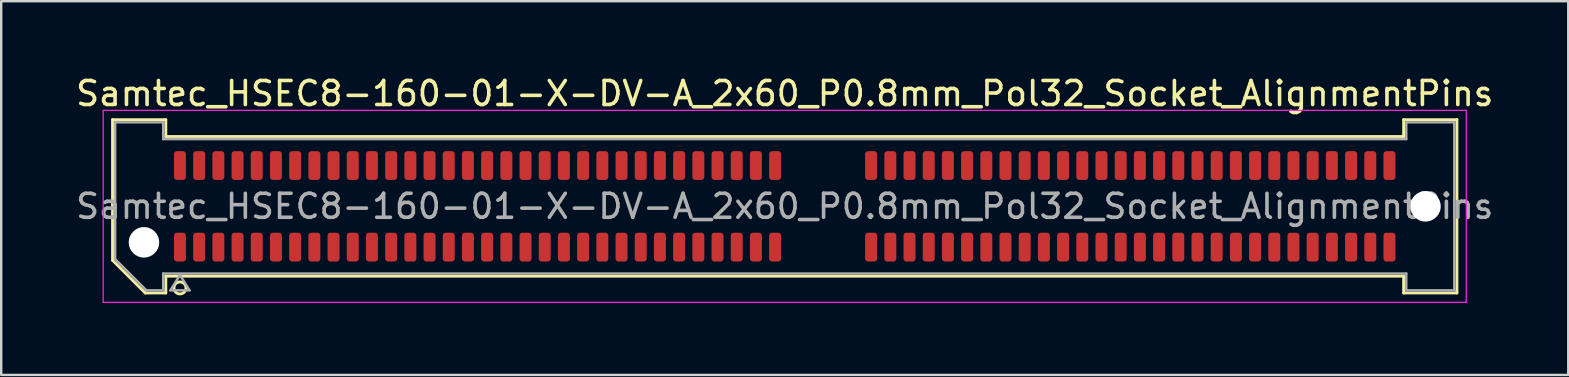
<source format=kicad_pcb>
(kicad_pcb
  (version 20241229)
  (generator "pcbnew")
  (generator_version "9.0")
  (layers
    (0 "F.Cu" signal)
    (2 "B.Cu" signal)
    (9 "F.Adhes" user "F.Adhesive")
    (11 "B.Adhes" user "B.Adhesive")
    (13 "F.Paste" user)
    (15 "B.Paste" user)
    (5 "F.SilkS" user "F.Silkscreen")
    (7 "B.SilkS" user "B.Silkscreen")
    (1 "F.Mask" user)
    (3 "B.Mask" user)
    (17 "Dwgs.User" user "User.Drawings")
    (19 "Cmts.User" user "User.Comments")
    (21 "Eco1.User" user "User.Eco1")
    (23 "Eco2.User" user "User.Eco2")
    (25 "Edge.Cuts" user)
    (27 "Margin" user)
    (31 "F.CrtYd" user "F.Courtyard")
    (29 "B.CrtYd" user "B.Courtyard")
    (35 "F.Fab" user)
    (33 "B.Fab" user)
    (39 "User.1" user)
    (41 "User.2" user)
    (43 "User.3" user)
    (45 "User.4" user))
  (footprint "Samtec_HSEC8-160-01-X-DV-A_2x60_P0.8mm_Pol32_Socket_AlignmentPins"
    (layer "F.Cu")
    (at 29.649 5.548)
    (property "Reference" "Samtec_HSEC8-160-01-X-DV-A_2x60_P0.8mm_Pol32_Socket_AlignmentPins" (at 0 -4.7 0) (layer "F.SilkS") (effects (font (size 1 1) (thickness 0.15))))
    (attr smd)
    (fp_line (start -28.01 -3.61) (end -25.79 -3.61) (stroke (width 0.12) (type solid)) (layer "F.SilkS"))
    (fp_line (start -28.01 2.246) (end -28.01 -3.61) (stroke (width 0.12) (type solid)) (layer "F.SilkS"))
    (fp_line (start -26.646 3.61) (end -28.01 2.246) (stroke (width 0.12) (type solid)) (layer "F.SilkS"))
    (fp_line (start -25.79 -3.61) (end -25.79 -2.91) (stroke (width 0.12) (type solid)) (layer "F.SilkS"))
    (fp_line (start -25.79 -2.91) (end 25.79 -2.91) (stroke (width 0.12) (type solid)) (layer "F.SilkS"))
    (fp_line (start -25.79 2.91) (end -25.79 3.61) (stroke (width 0.12) (type solid)) (layer "F.SilkS"))
    (fp_line (start -25.79 3.61) (end -26.646 3.61) (stroke (width 0.12) (type solid)) (layer "F.SilkS"))
    (fp_line (start 25.79 -3.61) (end 28.01 -3.61) (stroke (width 0.12) (type solid)) (layer "F.SilkS"))
    (fp_line (start 25.79 -2.91) (end 25.79 -3.61) (stroke (width 0.12) (type solid)) (layer "F.SilkS"))
    (fp_line (start 25.79 2.91) (end -25.79 2.91) (stroke (width 0.12) (type solid)) (layer "F.SilkS"))
    (fp_line (start 25.79 3.61) (end 25.79 2.91) (stroke (width 0.12) (type solid)) (layer "F.SilkS"))
    (fp_line (start 28.01 -3.61) (end 28.01 3.61) (stroke (width 0.12) (type solid)) (layer "F.SilkS"))
    (fp_line (start 28.01 3.61) (end 25.79 3.61) (stroke (width 0.12) (type solid)) (layer "F.SilkS"))
    (fp_circle (center -25.2 3.4) (end -24.95 3.4) (stroke (width 0.12) (type solid)) (fill no) (layer "F.SilkS"))
    (fp_line (start -28.4 -4) (end -28.4 4) (stroke (width 0.05) (type solid)) (layer "F.CrtYd"))
    (fp_line (start -28.4 4) (end 28.4 4) (stroke (width 0.05) (type solid)) (layer "F.CrtYd"))
    (fp_line (start 28.4 -4) (end -28.4 -4) (stroke (width 0.05) (type solid)) (layer "F.CrtYd"))
    (fp_line (start 28.4 4) (end 28.4 -4) (stroke (width 0.05) (type solid)) (layer "F.CrtYd"))
    (fp_line (start -27.9 -3.5) (end -25.9 -3.5) (stroke (width 0.1) (type solid)) (layer "F.Fab"))
    (fp_line (start -27.9 2.2) (end -27.9 -3.5) (stroke (width 0.1) (type solid)) (layer "F.Fab"))
    (fp_line (start -26.6 3.5) (end -27.9 2.2) (stroke (width 0.1) (type solid)) (layer "F.Fab"))
    (fp_line (start -25.9 -3.5) (end -25.9 -2.8) (stroke (width 0.1) (type solid)) (layer "F.Fab"))
    (fp_line (start -25.9 -2.8) (end 25.9 -2.8) (stroke (width 0.1) (type solid)) (layer "F.Fab"))
    (fp_line (start -25.9 2.8) (end -25.9 3.5) (stroke (width 0.1) (type solid)) (layer "F.Fab"))
    (fp_line (start -25.9 3.5) (end -26.6 3.5) (stroke (width 0.1) (type solid)) (layer "F.Fab"))
    (fp_line (start -25.6 3.5) (end -25.2 2.86) (stroke (width 0.1) (type solid)) (layer "F.Fab"))
    (fp_line (start -25.2 2.86) (end -24.8 3.5) (stroke (width 0.1) (type solid)) (layer "F.Fab"))
    (fp_line (start -24.8 3.5) (end -25.6 3.5) (stroke (width 0.1) (type solid)) (layer "F.Fab"))
    (fp_line (start 25.9 -3.5) (end 27.9 -3.5) (stroke (width 0.1) (type solid)) (layer "F.Fab"))
    (fp_line (start 25.9 -2.8) (end 25.9 -3.5) (stroke (width 0.1) (type solid)) (layer "F.Fab"))
    (fp_line (start 25.9 2.8) (end -25.9 2.8) (stroke (width 0.1) (type solid)) (layer "F.Fab"))
    (fp_line (start 25.9 3.5) (end 25.9 2.8) (stroke (width 0.1) (type solid)) (layer "F.Fab"))
    (fp_line (start 27.9 -3.5) (end 27.9 3.5) (stroke (width 0.1) (type solid)) (layer "F.Fab"))
    (fp_line (start 27.9 3.5) (end 25.9 3.5) (stroke (width 0.1) (type solid)) (layer "F.Fab"))
    (fp_text user "${REFERENCE}" (at 0 0 0) (layer "F.Fab") (effects (font (size 1 1) (thickness 0.15))))
    (pad "" np_thru_hole circle (at -26.7 1.5) (size 1.27 1.27) (drill 1.27) (layers "*.Cu" "*.Mask"))
    (pad "" np_thru_hole circle (at 26.7 0) (size 1.27 1.27) (drill 1.27) (layers "*.Cu" "*.Mask"))
    (pad "1" smd roundrect (at -25.2 1.7) (size 0.5 1.2) (layers "F.Cu" "F.Mask" "F.Paste") (roundrect_rratio 0.25))
    (pad "2" smd roundrect (at -25.2 -1.7) (size 0.5 1.2) (layers "F.Cu" "F.Mask" "F.Paste") (roundrect_rratio 0.25))
    (pad "3" smd roundrect (at -24.4 1.7) (size 0.5 1.2) (layers "F.Cu" "F.Mask" "F.Paste") (roundrect_rratio 0.25))
    (pad "4" smd roundrect (at -24.4 -1.7) (size 0.5 1.2) (layers "F.Cu" "F.Mask" "F.Paste") (roundrect_rratio 0.25))
    (pad "5" smd roundrect (at -23.6 1.7) (size 0.5 1.2) (layers "F.Cu" "F.Mask" "F.Paste") (roundrect_rratio 0.25))
    (pad "6" smd roundrect (at -23.6 -1.7) (size 0.5 1.2) (layers "F.Cu" "F.Mask" "F.Paste") (roundrect_rratio 0.25))
    (pad "7" smd roundrect (at -22.8 1.7) (size 0.5 1.2) (layers "F.Cu" "F.Mask" "F.Paste") (roundrect_rratio 0.25))
    (pad "8" smd roundrect (at -22.8 -1.7) (size 0.5 1.2) (layers "F.Cu" "F.Mask" "F.Paste") (roundrect_rratio 0.25))
    (pad "9" smd roundrect (at -22 1.7) (size 0.5 1.2) (layers "F.Cu" "F.Mask" "F.Paste") (roundrect_rratio 0.25))
    (pad "10" smd roundrect (at -22 -1.7) (size 0.5 1.2) (layers "F.Cu" "F.Mask" "F.Paste") (roundrect_rratio 0.25))
    (pad "11" smd roundrect (at -21.2 1.7) (size 0.5 1.2) (layers "F.Cu" "F.Mask" "F.Paste") (roundrect_rratio 0.25))
    (pad "12" smd roundrect (at -21.2 -1.7) (size 0.5 1.2) (layers "F.Cu" "F.Mask" "F.Paste") (roundrect_rratio 0.25))
    (pad "13" smd roundrect (at -20.4 1.7) (size 0.5 1.2) (layers "F.Cu" "F.Mask" "F.Paste") (roundrect_rratio 0.25))
    (pad "14" smd roundrect (at -20.4 -1.7) (size 0.5 1.2) (layers "F.Cu" "F.Mask" "F.Paste") (roundrect_rratio 0.25))
    (pad "15" smd roundrect (at -19.6 1.7) (size 0.5 1.2) (layers "F.Cu" "F.Mask" "F.Paste") (roundrect_rratio 0.25))
    (pad "16" smd roundrect (at -19.6 -1.7) (size 0.5 1.2) (layers "F.Cu" "F.Mask" "F.Paste") (roundrect_rratio 0.25))
    (pad "17" smd roundrect (at -18.8 1.7) (size 0.5 1.2) (layers "F.Cu" "F.Mask" "F.Paste") (roundrect_rratio 0.25))
    (pad "18" smd roundrect (at -18.8 -1.7) (size 0.5 1.2) (layers "F.Cu" "F.Mask" "F.Paste") (roundrect_rratio 0.25))
    (pad "19" smd roundrect (at -18 1.7) (size 0.5 1.2) (layers "F.Cu" "F.Mask" "F.Paste") (roundrect_rratio 0.25))
    (pad "20" smd roundrect (at -18 -1.7) (size 0.5 1.2) (layers "F.Cu" "F.Mask" "F.Paste") (roundrect_rratio 0.25))
    (pad "21" smd roundrect (at -17.2 1.7) (size 0.5 1.2) (layers "F.Cu" "F.Mask" "F.Paste") (roundrect_rratio 0.25))
    (pad "22" smd roundrect (at -17.2 -1.7) (size 0.5 1.2) (layers "F.Cu" "F.Mask" "F.Paste") (roundrect_rratio 0.25))
    (pad "23" smd roundrect (at -16.4 1.7) (size 0.5 1.2) (layers "F.Cu" "F.Mask" "F.Paste") (roundrect_rratio 0.25))
    (pad "24" smd roundrect (at -16.4 -1.7) (size 0.5 1.2) (layers "F.Cu" "F.Mask" "F.Paste") (roundrect_rratio 0.25))
    (pad "25" smd roundrect (at -15.6 1.7) (size 0.5 1.2) (layers "F.Cu" "F.Mask" "F.Paste") (roundrect_rratio 0.25))
    (pad "26" smd roundrect (at -15.6 -1.7) (size 0.5 1.2) (layers "F.Cu" "F.Mask" "F.Paste") (roundrect_rratio 0.25))
    (pad "27" smd roundrect (at -14.8 1.7) (size 0.5 1.2) (layers "F.Cu" "F.Mask" "F.Paste") (roundrect_rratio 0.25))
    (pad "28" smd roundrect (at -14.8 -1.7) (size 0.5 1.2) (layers "F.Cu" "F.Mask" "F.Paste") (roundrect_rratio 0.25))
    (pad "29" smd roundrect (at -14 1.7) (size 0.5 1.2) (layers "F.Cu" "F.Mask" "F.Paste") (roundrect_rratio 0.25))
    (pad "30" smd roundrect (at -14 -1.7) (size 0.5 1.2) (layers "F.Cu" "F.Mask" "F.Paste") (roundrect_rratio 0.25))
    (pad "31" smd roundrect (at -13.2 1.7) (size 0.5 1.2) (layers "F.Cu" "F.Mask" "F.Paste") (roundrect_rratio 0.25))
    (pad "32" smd roundrect (at -13.2 -1.7) (size 0.5 1.2) (layers "F.Cu" "F.Mask" "F.Paste") (roundrect_rratio 0.25))
    (pad "33" smd roundrect (at -12.4 1.7) (size 0.5 1.2) (layers "F.Cu" "F.Mask" "F.Paste") (roundrect_rratio 0.25))
    (pad "34" smd roundrect (at -12.4 -1.7) (size 0.5 1.2) (layers "F.Cu" "F.Mask" "F.Paste") (roundrect_rratio 0.25))
    (pad "35" smd roundrect (at -11.6 1.7) (size 0.5 1.2) (layers "F.Cu" "F.Mask" "F.Paste") (roundrect_rratio 0.25))
    (pad "36" smd roundrect (at -11.6 -1.7) (size 0.5 1.2) (layers "F.Cu" "F.Mask" "F.Paste") (roundrect_rratio 0.25))
    (pad "37" smd roundrect (at -10.8 1.7) (size 0.5 1.2) (layers "F.Cu" "F.Mask" "F.Paste") (roundrect_rratio 0.25))
    (pad "38" smd roundrect (at -10.8 -1.7) (size 0.5 1.2) (layers "F.Cu" "F.Mask" "F.Paste") (roundrect_rratio 0.25))
    (pad "39" smd roundrect (at -10 1.7) (size 0.5 1.2) (layers "F.Cu" "F.Mask" "F.Paste") (roundrect_rratio 0.25))
    (pad "40" smd roundrect (at -10 -1.7) (size 0.5 1.2) (layers "F.Cu" "F.Mask" "F.Paste") (roundrect_rratio 0.25))
    (pad "41" smd roundrect (at -9.2 1.7) (size 0.5 1.2) (layers "F.Cu" "F.Mask" "F.Paste") (roundrect_rratio 0.25))
    (pad "42" smd roundrect (at -9.2 -1.7) (size 0.5 1.2) (layers "F.Cu" "F.Mask" "F.Paste") (roundrect_rratio 0.25))
    (pad "43" smd roundrect (at -8.4 1.7) (size 0.5 1.2) (layers "F.Cu" "F.Mask" "F.Paste") (roundrect_rratio 0.25))
    (pad "44" smd roundrect (at -8.4 -1.7) (size 0.5 1.2) (layers "F.Cu" "F.Mask" "F.Paste") (roundrect_rratio 0.25))
    (pad "45" smd roundrect (at -7.6 1.7) (size 0.5 1.2) (layers "F.Cu" "F.Mask" "F.Paste") (roundrect_rratio 0.25))
    (pad "46" smd roundrect (at -7.6 -1.7) (size 0.5 1.2) (layers "F.Cu" "F.Mask" "F.Paste") (roundrect_rratio 0.25))
    (pad "47" smd roundrect (at -6.8 1.7) (size 0.5 1.2) (layers "F.Cu" "F.Mask" "F.Paste") (roundrect_rratio 0.25))
    (pad "48" smd roundrect (at -6.8 -1.7) (size 0.5 1.2) (layers "F.Cu" "F.Mask" "F.Paste") (roundrect_rratio 0.25))
    (pad "49" smd roundrect (at -6 1.7) (size 0.5 1.2) (layers "F.Cu" "F.Mask" "F.Paste") (roundrect_rratio 0.25))
    (pad "50" smd roundrect (at -6 -1.7) (size 0.5 1.2) (layers "F.Cu" "F.Mask" "F.Paste") (roundrect_rratio 0.25))
    (pad "51" smd roundrect (at -5.2 1.7) (size 0.5 1.2) (layers "F.Cu" "F.Mask" "F.Paste") (roundrect_rratio 0.25))
    (pad "52" smd roundrect (at -5.2 -1.7) (size 0.5 1.2) (layers "F.Cu" "F.Mask" "F.Paste") (roundrect_rratio 0.25))
    (pad "53" smd roundrect (at -4.4 1.7) (size 0.5 1.2) (layers "F.Cu" "F.Mask" "F.Paste") (roundrect_rratio 0.25))
    (pad "54" smd roundrect (at -4.4 -1.7) (size 0.5 1.2) (layers "F.Cu" "F.Mask" "F.Paste") (roundrect_rratio 0.25))
    (pad "55" smd roundrect (at -3.6 1.7) (size 0.5 1.2) (layers "F.Cu" "F.Mask" "F.Paste") (roundrect_rratio 0.25))
    (pad "56" smd roundrect (at -3.6 -1.7) (size 0.5 1.2) (layers "F.Cu" "F.Mask" "F.Paste") (roundrect_rratio 0.25))
    (pad "57" smd roundrect (at -2.8 1.7) (size 0.5 1.2) (layers "F.Cu" "F.Mask" "F.Paste") (roundrect_rratio 0.25))
    (pad "58" smd roundrect (at -2.8 -1.7) (size 0.5 1.2) (layers "F.Cu" "F.Mask" "F.Paste") (roundrect_rratio 0.25))
    (pad "59" smd roundrect (at -2 1.7) (size 0.5 1.2) (layers "F.Cu" "F.Mask" "F.Paste") (roundrect_rratio 0.25))
    (pad "60" smd roundrect (at -2 -1.7) (size 0.5 1.2) (layers "F.Cu" "F.Mask" "F.Paste") (roundrect_rratio 0.25))
    (pad "61" smd roundrect (at -1.2 1.7) (size 0.5 1.2) (layers "F.Cu" "F.Mask" "F.Paste") (roundrect_rratio 0.25))
    (pad "62" smd roundrect (at -1.2 -1.7) (size 0.5 1.2) (layers "F.Cu" "F.Mask" "F.Paste") (roundrect_rratio 0.25))
    (pad "63" smd roundrect (at -0.4 1.7) (size 0.5 1.2) (layers "F.Cu" "F.Mask" "F.Paste") (roundrect_rratio 0.25))
    (pad "64" smd roundrect (at -0.4 -1.7) (size 0.5 1.2) (layers "F.Cu" "F.Mask" "F.Paste") (roundrect_rratio 0.25))
    (pad "65" smd roundrect (at 3.6 1.7) (size 0.5 1.2) (layers "F.Cu" "F.Mask" "F.Paste") (roundrect_rratio 0.25))
    (pad "66" smd roundrect (at 3.6 -1.7) (size 0.5 1.2) (layers "F.Cu" "F.Mask" "F.Paste") (roundrect_rratio 0.25))
    (pad "67" smd roundrect (at 4.4 1.7) (size 0.5 1.2) (layers "F.Cu" "F.Mask" "F.Paste") (roundrect_rratio 0.25))
    (pad "68" smd roundrect (at 4.4 -1.7) (size 0.5 1.2) (layers "F.Cu" "F.Mask" "F.Paste") (roundrect_rratio 0.25))
    (pad "69" smd roundrect (at 5.2 1.7) (size 0.5 1.2) (layers "F.Cu" "F.Mask" "F.Paste") (roundrect_rratio 0.25))
    (pad "70" smd roundrect (at 5.2 -1.7) (size 0.5 1.2) (layers "F.Cu" "F.Mask" "F.Paste") (roundrect_rratio 0.25))
    (pad "71" smd roundrect (at 6 1.7) (size 0.5 1.2) (layers "F.Cu" "F.Mask" "F.Paste") (roundrect_rratio 0.25))
    (pad "72" smd roundrect (at 6 -1.7) (size 0.5 1.2) (layers "F.Cu" "F.Mask" "F.Paste") (roundrect_rratio 0.25))
    (pad "73" smd roundrect (at 6.8 1.7) (size 0.5 1.2) (layers "F.Cu" "F.Mask" "F.Paste") (roundrect_rratio 0.25))
    (pad "74" smd roundrect (at 6.8 -1.7) (size 0.5 1.2) (layers "F.Cu" "F.Mask" "F.Paste") (roundrect_rratio 0.25))
    (pad "75" smd roundrect (at 7.6 1.7) (size 0.5 1.2) (layers "F.Cu" "F.Mask" "F.Paste") (roundrect_rratio 0.25))
    (pad "76" smd roundrect (at 7.6 -1.7) (size 0.5 1.2) (layers "F.Cu" "F.Mask" "F.Paste") (roundrect_rratio 0.25))
    (pad "77" smd roundrect (at 8.4 1.7) (size 0.5 1.2) (layers "F.Cu" "F.Mask" "F.Paste") (roundrect_rratio 0.25))
    (pad "78" smd roundrect (at 8.4 -1.7) (size 0.5 1.2) (layers "F.Cu" "F.Mask" "F.Paste") (roundrect_rratio 0.25))
    (pad "79" smd roundrect (at 9.2 1.7) (size 0.5 1.2) (layers "F.Cu" "F.Mask" "F.Paste") (roundrect_rratio 0.25))
    (pad "80" smd roundrect (at 9.2 -1.7) (size 0.5 1.2) (layers "F.Cu" "F.Mask" "F.Paste") (roundrect_rratio 0.25))
    (pad "81" smd roundrect (at 10 1.7) (size 0.5 1.2) (layers "F.Cu" "F.Mask" "F.Paste") (roundrect_rratio 0.25))
    (pad "82" smd roundrect (at 10 -1.7) (size 0.5 1.2) (layers "F.Cu" "F.Mask" "F.Paste") (roundrect_rratio 0.25))
    (pad "83" smd roundrect (at 10.8 1.7) (size 0.5 1.2) (layers "F.Cu" "F.Mask" "F.Paste") (roundrect_rratio 0.25))
    (pad "84" smd roundrect (at 10.8 -1.7) (size 0.5 1.2) (layers "F.Cu" "F.Mask" "F.Paste") (roundrect_rratio 0.25))
    (pad "85" smd roundrect (at 11.6 1.7) (size 0.5 1.2) (layers "F.Cu" "F.Mask" "F.Paste") (roundrect_rratio 0.25))
    (pad "86" smd roundrect (at 11.6 -1.7) (size 0.5 1.2) (layers "F.Cu" "F.Mask" "F.Paste") (roundrect_rratio 0.25))
    (pad "87" smd roundrect (at 12.4 1.7) (size 0.5 1.2) (layers "F.Cu" "F.Mask" "F.Paste") (roundrect_rratio 0.25))
    (pad "88" smd roundrect (at 12.4 -1.7) (size 0.5 1.2) (layers "F.Cu" "F.Mask" "F.Paste") (roundrect_rratio 0.25))
    (pad "89" smd roundrect (at 13.2 1.7) (size 0.5 1.2) (layers "F.Cu" "F.Mask" "F.Paste") (roundrect_rratio 0.25))
    (pad "90" smd roundrect (at 13.2 -1.7) (size 0.5 1.2) (layers "F.Cu" "F.Mask" "F.Paste") (roundrect_rratio 0.25))
    (pad "91" smd roundrect (at 14 1.7) (size 0.5 1.2) (layers "F.Cu" "F.Mask" "F.Paste") (roundrect_rratio 0.25))
    (pad "92" smd roundrect (at 14 -1.7) (size 0.5 1.2) (layers "F.Cu" "F.Mask" "F.Paste") (roundrect_rratio 0.25))
    (pad "93" smd roundrect (at 14.8 1.7) (size 0.5 1.2) (layers "F.Cu" "F.Mask" "F.Paste") (roundrect_rratio 0.25))
    (pad "94" smd roundrect (at 14.8 -1.7) (size 0.5 1.2) (layers "F.Cu" "F.Mask" "F.Paste") (roundrect_rratio 0.25))
    (pad "95" smd roundrect (at 15.6 1.7) (size 0.5 1.2) (layers "F.Cu" "F.Mask" "F.Paste") (roundrect_rratio 0.25))
    (pad "96" smd roundrect (at 15.6 -1.7) (size 0.5 1.2) (layers "F.Cu" "F.Mask" "F.Paste") (roundrect_rratio 0.25))
    (pad "97" smd roundrect (at 16.4 1.7) (size 0.5 1.2) (layers "F.Cu" "F.Mask" "F.Paste") (roundrect_rratio 0.25))
    (pad "98" smd roundrect (at 16.4 -1.7) (size 0.5 1.2) (layers "F.Cu" "F.Mask" "F.Paste") (roundrect_rratio 0.25))
    (pad "99" smd roundrect (at 17.2 1.7) (size 0.5 1.2) (layers "F.Cu" "F.Mask" "F.Paste") (roundrect_rratio 0.25))
    (pad "100" smd roundrect (at 17.2 -1.7) (size 0.5 1.2) (layers "F.Cu" "F.Mask" "F.Paste") (roundrect_rratio 0.25))
    (pad "101" smd roundrect (at 18 1.7) (size 0.5 1.2) (layers "F.Cu" "F.Mask" "F.Paste") (roundrect_rratio 0.25))
    (pad "102" smd roundrect (at 18 -1.7) (size 0.5 1.2) (layers "F.Cu" "F.Mask" "F.Paste") (roundrect_rratio 0.25))
    (pad "103" smd roundrect (at 18.8 1.7) (size 0.5 1.2) (layers "F.Cu" "F.Mask" "F.Paste") (roundrect_rratio 0.25))
    (pad "104" smd roundrect (at 18.8 -1.7) (size 0.5 1.2) (layers "F.Cu" "F.Mask" "F.Paste") (roundrect_rratio 0.25))
    (pad "105" smd roundrect (at 19.6 1.7) (size 0.5 1.2) (layers "F.Cu" "F.Mask" "F.Paste") (roundrect_rratio 0.25))
    (pad "106" smd roundrect (at 19.6 -1.7) (size 0.5 1.2) (layers "F.Cu" "F.Mask" "F.Paste") (roundrect_rratio 0.25))
    (pad "107" smd roundrect (at 20.4 1.7) (size 0.5 1.2) (layers "F.Cu" "F.Mask" "F.Paste") (roundrect_rratio 0.25))
    (pad "108" smd roundrect (at 20.4 -1.7) (size 0.5 1.2) (layers "F.Cu" "F.Mask" "F.Paste") (roundrect_rratio 0.25))
    (pad "109" smd roundrect (at 21.2 1.7) (size 0.5 1.2) (layers "F.Cu" "F.Mask" "F.Paste") (roundrect_rratio 0.25))
    (pad "110" smd roundrect (at 21.2 -1.7) (size 0.5 1.2) (layers "F.Cu" "F.Mask" "F.Paste") (roundrect_rratio 0.25))
    (pad "111" smd roundrect (at 22 1.7) (size 0.5 1.2) (layers "F.Cu" "F.Mask" "F.Paste") (roundrect_rratio 0.25))
    (pad "112" smd roundrect (at 22 -1.7) (size 0.5 1.2) (layers "F.Cu" "F.Mask" "F.Paste") (roundrect_rratio 0.25))
    (pad "113" smd roundrect (at 22.8 1.7) (size 0.5 1.2) (layers "F.Cu" "F.Mask" "F.Paste") (roundrect_rratio 0.25))
    (pad "114" smd roundrect (at 22.8 -1.7) (size 0.5 1.2) (layers "F.Cu" "F.Mask" "F.Paste") (roundrect_rratio 0.25))
    (pad "115" smd roundrect (at 23.6 1.7) (size 0.5 1.2) (layers "F.Cu" "F.Mask" "F.Paste") (roundrect_rratio 0.25))
    (pad "116" smd roundrect (at 23.6 -1.7) (size 0.5 1.2) (layers "F.Cu" "F.Mask" "F.Paste") (roundrect_rratio 0.25))
    (pad "117" smd roundrect (at 24.4 1.7) (size 0.5 1.2) (layers "F.Cu" "F.Mask" "F.Paste") (roundrect_rratio 0.25))
    (pad "118" smd roundrect (at 24.4 -1.7) (size 0.5 1.2) (layers "F.Cu" "F.Mask" "F.Paste") (roundrect_rratio 0.25))
    (pad "119" smd roundrect (at 25.2 1.7) (size 0.5 1.2) (layers "F.Cu" "F.Mask" "F.Paste") (roundrect_rratio 0.25))
    (pad "120" smd roundrect (at 25.2 -1.7) (size 0.5 1.2) (layers "F.Cu" "F.Mask" "F.Paste") (roundrect_rratio 0.25)))
  (gr_rect
    (start -3 -3)
    (end 62.298 12.573)
    (stroke (width 0.1) (type default))
    (fill no)
    (layer "Edge.Cuts")))
</source>
